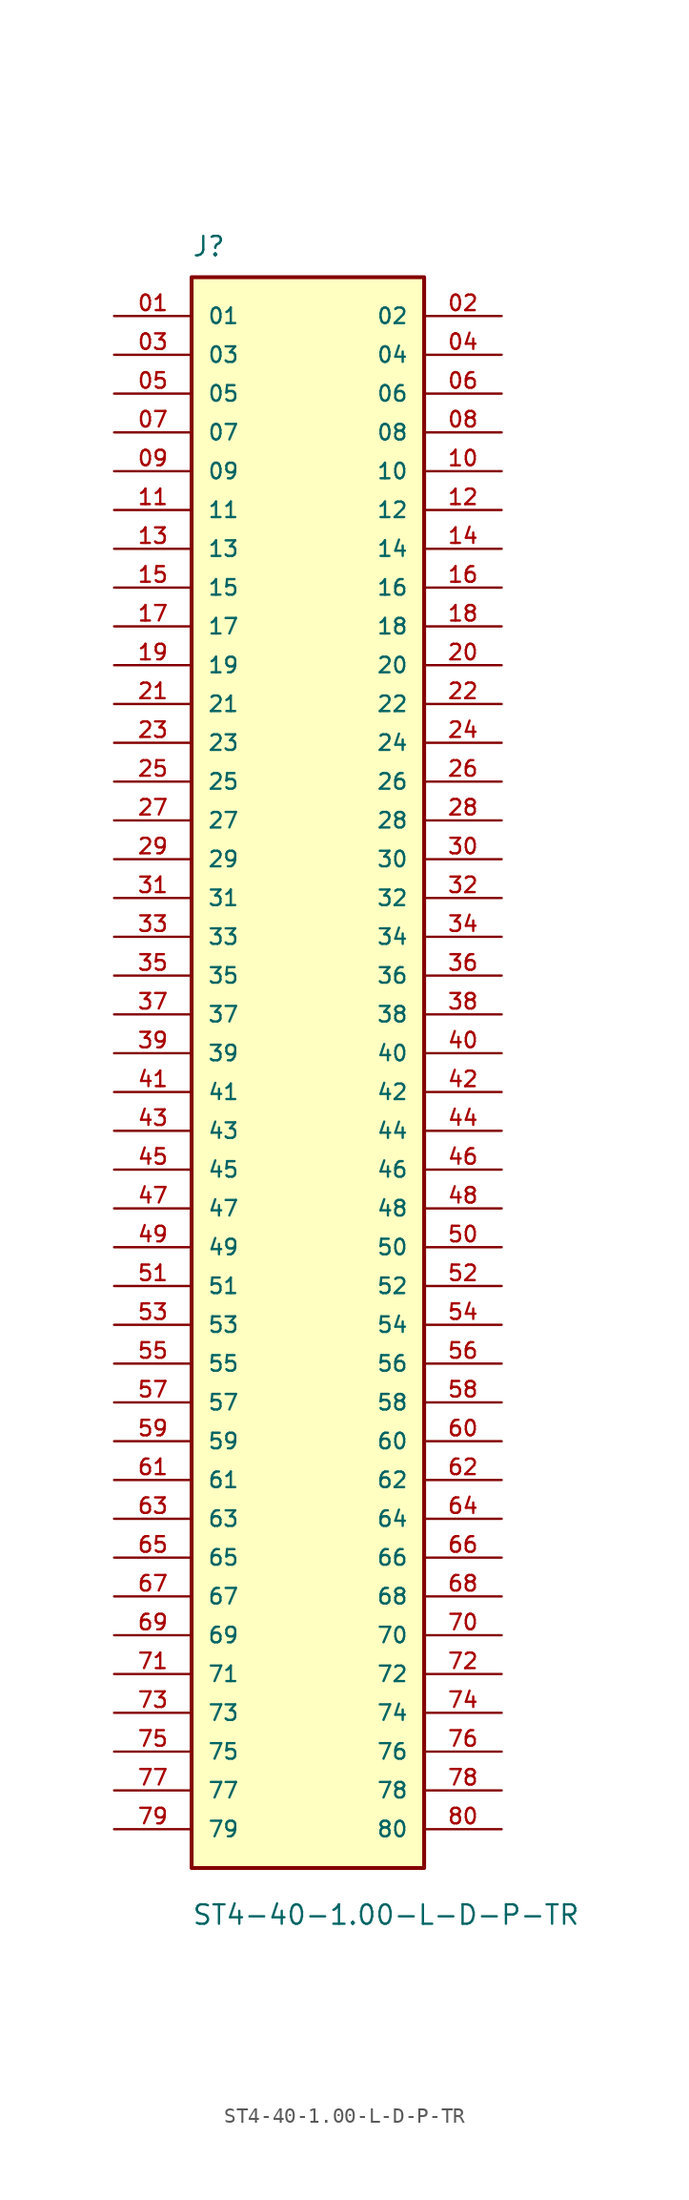
<source format=kicad_sym>
(kicad_symbol_lib
  (version 20211014)
  (generator kicad_symbol_editor)
  (symbol "ST4-40-1.00-L-D-P-TR"
    (pin_names
      (offset 1.016))
    (property "Reference" "J"
      (at -7.62 52.07 0)
      (effects (font (size 1.27 1.27)) (justify bottom left)))
    (property "Value" "ST4-40-1.00-L-D-P-TR"
      (at -7.62 -57.15 0)
      (effects (font (size 1.27 1.27)) (justify bottom left)))
    (symbol "ST4-40-1.00-L-D-P-TR_0_0"
      (rectangle (start -7.62 -53.34) (end 7.62 50.8) (stroke (width 0.254)) (fill (type background)))
      (pin passive line (at -12.7 48.26 0) (length 5.08) (name "01" (effects (font (size 1.016 1.016)))) (number "01" (effects (font (size 1.016 1.016)))))
      (pin passive line (at 12.7 48.26 180.0) (length 5.08) (name "02" (effects (font (size 1.016 1.016)))) (number "02" (effects (font (size 1.016 1.016)))))
      (pin passive line (at -12.7 45.72 0) (length 5.08) (name "03" (effects (font (size 1.016 1.016)))) (number "03" (effects (font (size 1.016 1.016)))))
      (pin passive line (at 12.7 45.72 180.0) (length 5.08) (name "04" (effects (font (size 1.016 1.016)))) (number "04" (effects (font (size 1.016 1.016)))))
      (pin passive line (at -12.7 43.18 0) (length 5.08) (name "05" (effects (font (size 1.016 1.016)))) (number "05" (effects (font (size 1.016 1.016)))))
      (pin passive line (at 12.7 43.18 180.0) (length 5.08) (name "06" (effects (font (size 1.016 1.016)))) (number "06" (effects (font (size 1.016 1.016)))))
      (pin passive line (at -12.7 40.64 0) (length 5.08) (name "07" (effects (font (size 1.016 1.016)))) (number "07" (effects (font (size 1.016 1.016)))))
      (pin passive line (at 12.7 40.64 180.0) (length 5.08) (name "08" (effects (font (size 1.016 1.016)))) (number "08" (effects (font (size 1.016 1.016)))))
      (pin passive line (at -12.7 38.1 0) (length 5.08) (name "09" (effects (font (size 1.016 1.016)))) (number "09" (effects (font (size 1.016 1.016)))))
      (pin passive line (at 12.7 38.1 180.0) (length 5.08) (name "10" (effects (font (size 1.016 1.016)))) (number "10" (effects (font (size 1.016 1.016)))))
      (pin passive line (at -12.7 35.56 0) (length 5.08) (name "11" (effects (font (size 1.016 1.016)))) (number "11" (effects (font (size 1.016 1.016)))))
      (pin passive line (at 12.7 35.56 180.0) (length 5.08) (name "12" (effects (font (size 1.016 1.016)))) (number "12" (effects (font (size 1.016 1.016)))))
      (pin passive line (at -12.7 33.02 0) (length 5.08) (name "13" (effects (font (size 1.016 1.016)))) (number "13" (effects (font (size 1.016 1.016)))))
      (pin passive line (at 12.7 33.02 180.0) (length 5.08) (name "14" (effects (font (size 1.016 1.016)))) (number "14" (effects (font (size 1.016 1.016)))))
      (pin passive line (at -12.7 30.48 0) (length 5.08) (name "15" (effects (font (size 1.016 1.016)))) (number "15" (effects (font (size 1.016 1.016)))))
      (pin passive line (at 12.7 30.48 180.0) (length 5.08) (name "16" (effects (font (size 1.016 1.016)))) (number "16" (effects (font (size 1.016 1.016)))))
      (pin passive line (at -12.7 27.94 0) (length 5.08) (name "17" (effects (font (size 1.016 1.016)))) (number "17" (effects (font (size 1.016 1.016)))))
      (pin passive line (at 12.7 27.94 180.0) (length 5.08) (name "18" (effects (font (size 1.016 1.016)))) (number "18" (effects (font (size 1.016 1.016)))))
      (pin passive line (at -12.7 25.4 0) (length 5.08) (name "19" (effects (font (size 1.016 1.016)))) (number "19" (effects (font (size 1.016 1.016)))))
      (pin passive line (at 12.7 25.4 180.0) (length 5.08) (name "20" (effects (font (size 1.016 1.016)))) (number "20" (effects (font (size 1.016 1.016)))))
      (pin passive line (at -12.7 22.86 0) (length 5.08) (name "21" (effects (font (size 1.016 1.016)))) (number "21" (effects (font (size 1.016 1.016)))))
      (pin passive line (at 12.7 22.86 180.0) (length 5.08) (name "22" (effects (font (size 1.016 1.016)))) (number "22" (effects (font (size 1.016 1.016)))))
      (pin passive line (at -12.7 20.32 0) (length 5.08) (name "23" (effects (font (size 1.016 1.016)))) (number "23" (effects (font (size 1.016 1.016)))))
      (pin passive line (at 12.7 20.32 180.0) (length 5.08) (name "24" (effects (font (size 1.016 1.016)))) (number "24" (effects (font (size 1.016 1.016)))))
      (pin passive line (at -12.7 17.78 0) (length 5.08) (name "25" (effects (font (size 1.016 1.016)))) (number "25" (effects (font (size 1.016 1.016)))))
      (pin passive line (at 12.7 17.78 180.0) (length 5.08) (name "26" (effects (font (size 1.016 1.016)))) (number "26" (effects (font (size 1.016 1.016)))))
      (pin passive line (at -12.7 15.24 0) (length 5.08) (name "27" (effects (font (size 1.016 1.016)))) (number "27" (effects (font (size 1.016 1.016)))))
      (pin passive line (at 12.7 15.24 180.0) (length 5.08) (name "28" (effects (font (size 1.016 1.016)))) (number "28" (effects (font (size 1.016 1.016)))))
      (pin passive line (at -12.7 12.7 0) (length 5.08) (name "29" (effects (font (size 1.016 1.016)))) (number "29" (effects (font (size 1.016 1.016)))))
      (pin passive line (at 12.7 12.7 180.0) (length 5.08) (name "30" (effects (font (size 1.016 1.016)))) (number "30" (effects (font (size 1.016 1.016)))))
      (pin passive line (at -12.7 10.16 0) (length 5.08) (name "31" (effects (font (size 1.016 1.016)))) (number "31" (effects (font (size 1.016 1.016)))))
      (pin passive line (at 12.7 10.16 180.0) (length 5.08) (name "32" (effects (font (size 1.016 1.016)))) (number "32" (effects (font (size 1.016 1.016)))))
      (pin passive line (at -12.7 7.62 0) (length 5.08) (name "33" (effects (font (size 1.016 1.016)))) (number "33" (effects (font (size 1.016 1.016)))))
      (pin passive line (at 12.7 7.62 180.0) (length 5.08) (name "34" (effects (font (size 1.016 1.016)))) (number "34" (effects (font (size 1.016 1.016)))))
      (pin passive line (at -12.7 5.08 0) (length 5.08) (name "35" (effects (font (size 1.016 1.016)))) (number "35" (effects (font (size 1.016 1.016)))))
      (pin passive line (at 12.7 5.08 180.0) (length 5.08) (name "36" (effects (font (size 1.016 1.016)))) (number "36" (effects (font (size 1.016 1.016)))))
      (pin passive line (at -12.7 2.54 0) (length 5.08) (name "37" (effects (font (size 1.016 1.016)))) (number "37" (effects (font (size 1.016 1.016)))))
      (pin passive line (at 12.7 2.54 180.0) (length 5.08) (name "38" (effects (font (size 1.016 1.016)))) (number "38" (effects (font (size 1.016 1.016)))))
      (pin passive line (at -12.7 0.0 0) (length 5.08) (name "39" (effects (font (size 1.016 1.016)))) (number "39" (effects (font (size 1.016 1.016)))))
      (pin passive line (at 12.7 0.0 180.0) (length 5.08) (name "40" (effects (font (size 1.016 1.016)))) (number "40" (effects (font (size 1.016 1.016)))))
      (pin passive line (at -12.7 -2.54 0) (length 5.08) (name "41" (effects (font (size 1.016 1.016)))) (number "41" (effects (font (size 1.016 1.016)))))
      (pin passive line (at 12.7 -2.54 180.0) (length 5.08) (name "42" (effects (font (size 1.016 1.016)))) (number "42" (effects (font (size 1.016 1.016)))))
      (pin passive line (at -12.7 -5.08 0) (length 5.08) (name "43" (effects (font (size 1.016 1.016)))) (number "43" (effects (font (size 1.016 1.016)))))
      (pin passive line (at 12.7 -5.08 180.0) (length 5.08) (name "44" (effects (font (size 1.016 1.016)))) (number "44" (effects (font (size 1.016 1.016)))))
      (pin passive line (at -12.7 -7.62 0) (length 5.08) (name "45" (effects (font (size 1.016 1.016)))) (number "45" (effects (font (size 1.016 1.016)))))
      (pin passive line (at 12.7 -7.62 180.0) (length 5.08) (name "46" (effects (font (size 1.016 1.016)))) (number "46" (effects (font (size 1.016 1.016)))))
      (pin passive line (at -12.7 -10.16 0) (length 5.08) (name "47" (effects (font (size 1.016 1.016)))) (number "47" (effects (font (size 1.016 1.016)))))
      (pin passive line (at 12.7 -10.16 180.0) (length 5.08) (name "48" (effects (font (size 1.016 1.016)))) (number "48" (effects (font (size 1.016 1.016)))))
      (pin passive line (at -12.7 -12.7 0) (length 5.08) (name "49" (effects (font (size 1.016 1.016)))) (number "49" (effects (font (size 1.016 1.016)))))
      (pin passive line (at 12.7 -12.7 180.0) (length 5.08) (name "50" (effects (font (size 1.016 1.016)))) (number "50" (effects (font (size 1.016 1.016)))))
      (pin passive line (at -12.7 -15.24 0) (length 5.08) (name "51" (effects (font (size 1.016 1.016)))) (number "51" (effects (font (size 1.016 1.016)))))
      (pin passive line (at 12.7 -15.24 180.0) (length 5.08) (name "52" (effects (font (size 1.016 1.016)))) (number "52" (effects (font (size 1.016 1.016)))))
      (pin passive line (at -12.7 -17.78 0) (length 5.08) (name "53" (effects (font (size 1.016 1.016)))) (number "53" (effects (font (size 1.016 1.016)))))
      (pin passive line (at 12.7 -17.78 180.0) (length 5.08) (name "54" (effects (font (size 1.016 1.016)))) (number "54" (effects (font (size 1.016 1.016)))))
      (pin passive line (at -12.7 -20.32 0) (length 5.08) (name "55" (effects (font (size 1.016 1.016)))) (number "55" (effects (font (size 1.016 1.016)))))
      (pin passive line (at 12.7 -20.32 180.0) (length 5.08) (name "56" (effects (font (size 1.016 1.016)))) (number "56" (effects (font (size 1.016 1.016)))))
      (pin passive line (at -12.7 -22.86 0) (length 5.08) (name "57" (effects (font (size 1.016 1.016)))) (number "57" (effects (font (size 1.016 1.016)))))
      (pin passive line (at 12.7 -22.86 180.0) (length 5.08) (name "58" (effects (font (size 1.016 1.016)))) (number "58" (effects (font (size 1.016 1.016)))))
      (pin passive line (at -12.7 -25.4 0) (length 5.08) (name "59" (effects (font (size 1.016 1.016)))) (number "59" (effects (font (size 1.016 1.016)))))
      (pin passive line (at 12.7 -25.4 180.0) (length 5.08) (name "60" (effects (font (size 1.016 1.016)))) (number "60" (effects (font (size 1.016 1.016)))))
      (pin passive line (at -12.7 -27.94 0) (length 5.08) (name "61" (effects (font (size 1.016 1.016)))) (number "61" (effects (font (size 1.016 1.016)))))
      (pin passive line (at 12.7 -27.94 180.0) (length 5.08) (name "62" (effects (font (size 1.016 1.016)))) (number "62" (effects (font (size 1.016 1.016)))))
      (pin passive line (at -12.7 -30.48 0) (length 5.08) (name "63" (effects (font (size 1.016 1.016)))) (number "63" (effects (font (size 1.016 1.016)))))
      (pin passive line (at 12.7 -30.48 180.0) (length 5.08) (name "64" (effects (font (size 1.016 1.016)))) (number "64" (effects (font (size 1.016 1.016)))))
      (pin passive line (at -12.7 -33.02 0) (length 5.08) (name "65" (effects (font (size 1.016 1.016)))) (number "65" (effects (font (size 1.016 1.016)))))
      (pin passive line (at 12.7 -33.02 180.0) (length 5.08) (name "66" (effects (font (size 1.016 1.016)))) (number "66" (effects (font (size 1.016 1.016)))))
      (pin passive line (at -12.7 -35.56 0) (length 5.08) (name "67" (effects (font (size 1.016 1.016)))) (number "67" (effects (font (size 1.016 1.016)))))
      (pin passive line (at 12.7 -35.56 180.0) (length 5.08) (name "68" (effects (font (size 1.016 1.016)))) (number "68" (effects (font (size 1.016 1.016)))))
      (pin passive line (at -12.7 -38.1 0) (length 5.08) (name "69" (effects (font (size 1.016 1.016)))) (number "69" (effects (font (size 1.016 1.016)))))
      (pin passive line (at 12.7 -38.1 180.0) (length 5.08) (name "70" (effects (font (size 1.016 1.016)))) (number "70" (effects (font (size 1.016 1.016)))))
      (pin passive line (at -12.7 -40.64 0) (length 5.08) (name "71" (effects (font (size 1.016 1.016)))) (number "71" (effects (font (size 1.016 1.016)))))
      (pin passive line (at 12.7 -40.64 180.0) (length 5.08) (name "72" (effects (font (size 1.016 1.016)))) (number "72" (effects (font (size 1.016 1.016)))))
      (pin passive line (at -12.7 -43.18 0) (length 5.08) (name "73" (effects (font (size 1.016 1.016)))) (number "73" (effects (font (size 1.016 1.016)))))
      (pin passive line (at 12.7 -43.18 180.0) (length 5.08) (name "74" (effects (font (size 1.016 1.016)))) (number "74" (effects (font (size 1.016 1.016)))))
      (pin passive line (at -12.7 -45.72 0) (length 5.08) (name "75" (effects (font (size 1.016 1.016)))) (number "75" (effects (font (size 1.016 1.016)))))
      (pin passive line (at 12.7 -45.72 180.0) (length 5.08) (name "76" (effects (font (size 1.016 1.016)))) (number "76" (effects (font (size 1.016 1.016)))))
      (pin passive line (at -12.7 -48.26 0) (length 5.08) (name "77" (effects (font (size 1.016 1.016)))) (number "77" (effects (font (size 1.016 1.016)))))
      (pin passive line (at 12.7 -48.26 180.0) (length 5.08) (name "78" (effects (font (size 1.016 1.016)))) (number "78" (effects (font (size 1.016 1.016)))))
      (pin passive line (at -12.7 -50.8 0) (length 5.08) (name "79" (effects (font (size 1.016 1.016)))) (number "79" (effects (font (size 1.016 1.016)))))
      (pin passive line (at 12.7 -50.8 180.0) (length 5.08) (name "80" (effects (font (size 1.016 1.016)))) (number "80" (effects (font (size 1.016 1.016))))))))
</source>
